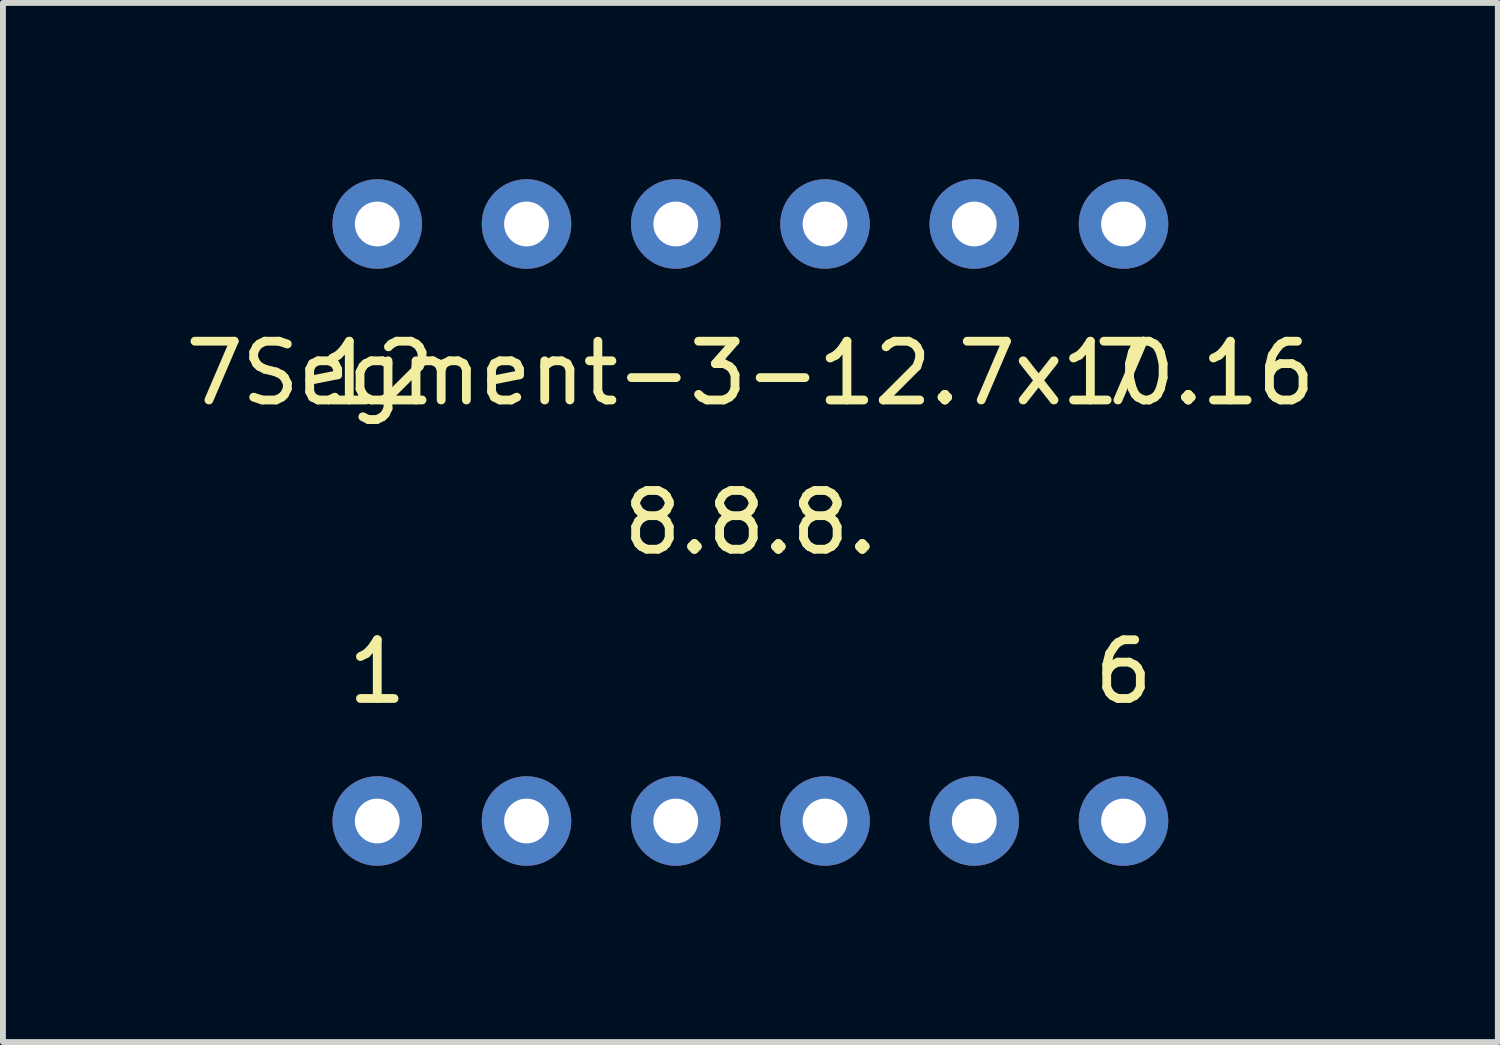
<source format=kicad_pcb>
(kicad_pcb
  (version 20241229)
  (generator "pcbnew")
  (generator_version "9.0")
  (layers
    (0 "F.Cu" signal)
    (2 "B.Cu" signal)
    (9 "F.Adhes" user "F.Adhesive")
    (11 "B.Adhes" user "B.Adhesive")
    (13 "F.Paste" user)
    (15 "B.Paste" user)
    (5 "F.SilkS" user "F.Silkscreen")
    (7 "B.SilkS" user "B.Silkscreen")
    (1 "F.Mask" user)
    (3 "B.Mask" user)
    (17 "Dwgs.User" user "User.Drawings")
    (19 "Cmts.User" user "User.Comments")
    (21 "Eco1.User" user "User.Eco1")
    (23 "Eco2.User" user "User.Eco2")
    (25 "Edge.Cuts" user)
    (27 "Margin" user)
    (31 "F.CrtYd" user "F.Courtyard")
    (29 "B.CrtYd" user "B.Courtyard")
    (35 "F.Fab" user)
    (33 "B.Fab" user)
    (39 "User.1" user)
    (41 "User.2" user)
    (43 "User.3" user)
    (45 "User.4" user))
  (footprint "7Segment-3-12.7x10.16"
    (layer "F.Cu")
    (at 10.99 5.842)
    (property "Reference" "7Segment-3-12.7x10.16" (at -1.27 -2.54 0) (layer "F.SilkS") (effects (font (size 1 1) (thickness 0.15))))
    (attr through_hole)
    (fp_text user "7" (at 5.08 -2.54 0) (layer "F.SilkS") (effects (font (size 1 1) (thickness 0.15))))
    (fp_text user "8.8.8." (at -1.27 0 0) (layer "F.SilkS") (effects (font (size 1 1) (thickness 0.15))))
    (fp_text user "6" (at 5.08 2.54 0) (layer "F.SilkS") (effects (font (size 1 1) (thickness 0.15))))
    (fp_text user "12" (at -7.62 -2.54 0) (layer "F.SilkS") (effects (font (size 1 1) (thickness 0.15))))
    (fp_text user "1" (at -7.62 2.54 0) (layer "F.SilkS") (effects (font (size 1 1) (thickness 0.15))))
    (pad "1" thru_hole circle (at -7.62 5.08) (size 1.524 1.524) (drill 0.762) (layers "*.Cu" "*.Mask"))
    (pad "2" thru_hole circle (at -5.08 5.08) (size 1.524 1.524) (drill 0.762) (layers "*.Cu" "*.Mask"))
    (pad "3" thru_hole circle (at -2.54 5.08) (size 1.524 1.524) (drill 0.762) (layers "*.Cu" "*.Mask"))
    (pad "4" thru_hole circle (at 0 5.08) (size 1.524 1.524) (drill 0.762) (layers "*.Cu" "*.Mask"))
    (pad "5" thru_hole circle (at 2.54 5.08) (size 1.524 1.524) (drill 0.762) (layers "*.Cu" "*.Mask"))
    (pad "6" thru_hole circle (at 5.08 5.08) (size 1.524 1.524) (drill 0.762) (layers "*.Cu" "*.Mask"))
    (pad "7" thru_hole circle (at 5.08 -5.08) (size 1.524 1.524) (drill 0.762) (layers "*.Cu" "*.Mask"))
    (pad "8" thru_hole circle (at 2.54 -5.08) (size 1.524 1.524) (drill 0.762) (layers "*.Cu" "*.Mask"))
    (pad "9" thru_hole circle (at 0 -5.08) (size 1.524 1.524) (drill 0.762) (layers "*.Cu" "*.Mask"))
    (pad "10" thru_hole circle (at -2.54 -5.08) (size 1.524 1.524) (drill 0.762) (layers "*.Cu" "*.Mask"))
    (pad "11" thru_hole circle (at -5.08 -5.08) (size 1.524 1.524) (drill 0.762) (layers "*.Cu" "*.Mask"))
    (pad "12" thru_hole circle (at -7.62 -5.08) (size 1.524 1.524) (drill 0.762) (layers "*.Cu" "*.Mask")))
  (gr_rect
    (start -3 -3)
    (end 22.44 14.684)
    (stroke (width 0.1) (type default))
    (fill no)
    (layer "Edge.Cuts")))
</source>
